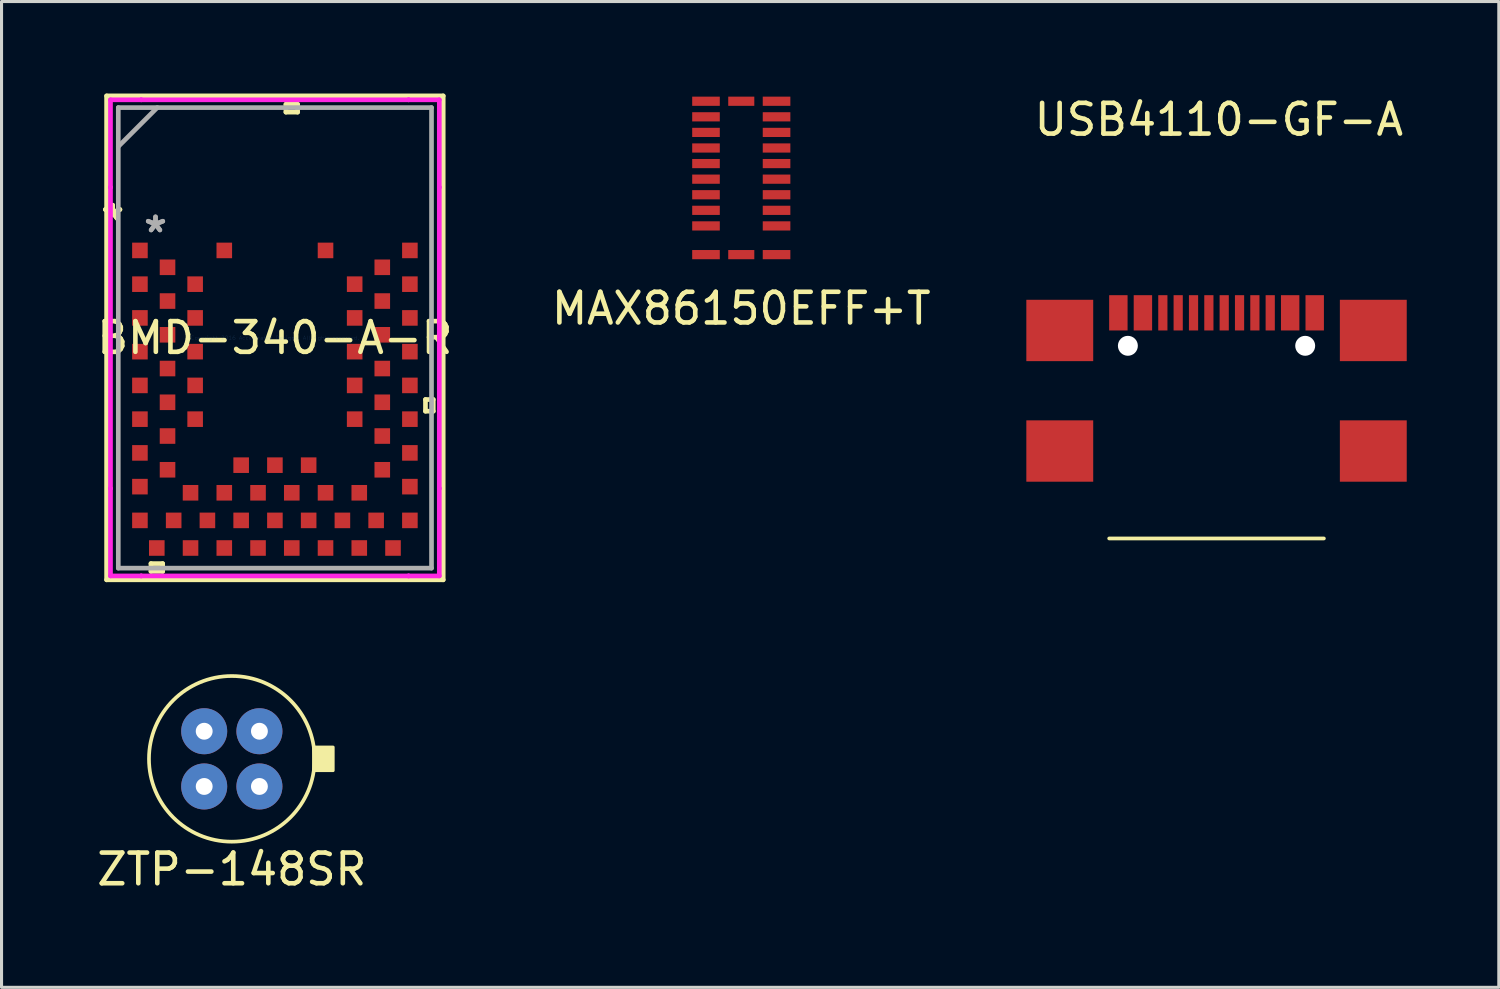
<source format=kicad_pcb>
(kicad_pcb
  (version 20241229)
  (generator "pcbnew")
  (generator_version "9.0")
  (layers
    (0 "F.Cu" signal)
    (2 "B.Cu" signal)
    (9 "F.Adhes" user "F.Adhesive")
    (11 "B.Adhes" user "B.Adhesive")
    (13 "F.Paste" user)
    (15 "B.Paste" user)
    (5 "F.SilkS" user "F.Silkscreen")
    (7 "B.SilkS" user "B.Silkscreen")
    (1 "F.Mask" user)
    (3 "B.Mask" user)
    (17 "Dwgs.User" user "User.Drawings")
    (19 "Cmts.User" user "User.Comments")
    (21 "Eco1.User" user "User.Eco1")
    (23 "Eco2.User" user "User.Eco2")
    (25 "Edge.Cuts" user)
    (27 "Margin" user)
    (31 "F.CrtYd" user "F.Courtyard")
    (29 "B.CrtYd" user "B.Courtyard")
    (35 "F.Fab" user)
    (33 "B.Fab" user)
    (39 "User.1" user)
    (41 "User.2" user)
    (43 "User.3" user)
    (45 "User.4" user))
  (footprint "MAX86150EFF+T"
    (layer "F.Cu")
    (at 21.113 0.25)
    (property "Reference" "MAX86150EFF+T" (at 0 6.756 0) (layer "F.SilkS") (effects (font (size 1 1) (thickness 0.15))))
    (attr through_hole)
    (pad "1" smd rect (at -1.15 0) (size 0.9 0.3) (layers "F.Cu" "F.Mask" "F.Paste"))
    (pad "2" smd rect (at -1.15 0.508) (size 0.9 0.3) (layers "F.Cu" "F.Mask" "F.Paste"))
    (pad "3" smd rect (at -1.15 1.016) (size 0.9 0.3) (layers "F.Cu" "F.Mask" "F.Paste"))
    (pad "4" smd rect (at -1.15 1.524) (size 0.9 0.3) (layers "F.Cu" "F.Mask" "F.Paste"))
    (pad "5" smd rect (at -1.15 2.032) (size 0.9 0.3) (layers "F.Cu" "F.Mask" "F.Paste"))
    (pad "6" smd rect (at -1.15 2.54) (size 0.9 0.3) (layers "F.Cu" "F.Mask" "F.Paste"))
    (pad "7" smd rect (at -1.15 3.048) (size 0.9 0.3) (layers "F.Cu" "F.Mask" "F.Paste"))
    (pad "8" smd rect (at -1.15 3.556) (size 0.9 0.3) (layers "F.Cu" "F.Mask" "F.Paste"))
    (pad "9" smd rect (at -1.15 4.064) (size 0.9 0.3) (layers "F.Cu" "F.Mask" "F.Paste"))
    (pad "10" smd rect (at -1.15 5) (size 0.9 0.3) (layers "F.Cu" "F.Mask" "F.Paste"))
    (pad "11" smd rect (at 0 5) (size 0.85 0.3) (layers "F.Cu" "F.Mask" "F.Paste"))
    (pad "12" smd rect (at 1.15 5) (size 0.9 0.3) (layers "F.Cu" "F.Mask" "F.Paste"))
    (pad "13" smd rect (at 1.15 4.064) (size 0.9 0.3) (layers "F.Cu" "F.Mask" "F.Paste"))
    (pad "14" smd rect (at 1.15 3.556) (size 0.9 0.3) (layers "F.Cu" "F.Mask" "F.Paste"))
    (pad "15" smd rect (at 1.15 3.048) (size 0.9 0.3) (layers "F.Cu" "F.Mask" "F.Paste"))
    (pad "16" smd rect (at 1.15 2.54) (size 0.9 0.3) (layers "F.Cu" "F.Mask" "F.Paste"))
    (pad "17" smd rect (at 1.15 2.032) (size 0.9 0.3) (layers "F.Cu" "F.Mask" "F.Paste"))
    (pad "18" smd rect (at 1.15 1.524) (size 0.9 0.3) (layers "F.Cu" "F.Mask" "F.Paste"))
    (pad "19" smd rect (at 1.15 1.016) (size 0.9 0.3) (layers "F.Cu" "F.Mask" "F.Paste"))
    (pad "20" smd rect (at 1.15 0.508) (size 0.9 0.3) (layers "F.Cu" "F.Mask" "F.Paste"))
    (pad "21" smd rect (at 1.15 0) (size 0.9 0.3) (layers "F.Cu" "F.Mask" "F.Paste"))
    (pad "22" smd rect (at 0 0) (size 0.85 0.3) (layers "F.Cu" "F.Mask" "F.Paste")))
  (footprint "BMD-340-A-R"
    (layer "F.Cu")
    (at 5.911 7.963)
    (property "Reference" "BMD-340-A-R" (at 0 0 0) (layer "F.SilkS") (effects (font (size 1 1) (thickness 0.15))))
    (attr through_hole)
    (fp_line (start -5.486 -7.887) (end -5.486 7.887) (stroke (width 0.152) (type solid)) (layer "F.SilkS"))
    (fp_line (start -5.486 7.887) (end 5.486 7.887) (stroke (width 0.152) (type solid)) (layer "F.SilkS"))
    (fp_line (start -4.04 7.358) (end -4.04 7.612) (stroke (width 0.152) (type solid)) (layer "F.SilkS"))
    (fp_line (start -4.04 7.612) (end -3.659 7.612) (stroke (width 0.152) (type solid)) (layer "F.SilkS"))
    (fp_line (start -3.659 7.358) (end -4.04 7.358) (stroke (width 0.152) (type solid)) (layer "F.SilkS"))
    (fp_line (start -3.659 7.612) (end -3.659 7.358) (stroke (width 0.152) (type solid)) (layer "F.SilkS"))
    (fp_line (start 0.359 -7.612) (end 0.74 -7.612) (stroke (width 0.152) (type solid)) (layer "F.SilkS"))
    (fp_line (start 0.359 -7.358) (end 0.359 -7.612) (stroke (width 0.152) (type solid)) (layer "F.SilkS"))
    (fp_line (start 0.74 -7.612) (end 0.74 -7.358) (stroke (width 0.152) (type solid)) (layer "F.SilkS"))
    (fp_line (start 0.74 -7.358) (end 0.359 -7.358) (stroke (width 0.152) (type solid)) (layer "F.SilkS"))
    (fp_line (start 4.908 2.01) (end 5.162 2.01) (stroke (width 0.152) (type solid)) (layer "F.SilkS"))
    (fp_line (start 4.908 2.391) (end 4.908 2.01) (stroke (width 0.152) (type solid)) (layer "F.SilkS"))
    (fp_line (start 5.162 2.01) (end 5.162 2.391) (stroke (width 0.152) (type solid)) (layer "F.SilkS"))
    (fp_line (start 5.162 2.391) (end 4.908 2.391) (stroke (width 0.152) (type solid)) (layer "F.SilkS"))
    (fp_line (start 5.486 -7.887) (end -5.486 -7.887) (stroke (width 0.152) (type solid)) (layer "F.SilkS"))
    (fp_line (start 5.486 7.887) (end 5.486 -7.887) (stroke (width 0.152) (type solid)) (layer "F.SilkS"))
    (fp_line (start -5.359 -7.76) (end -4.358 -7.76) (stroke (width 0.152) (type solid)) (layer "F.CrtYd"))
    (fp_line (start -5.359 -4.908) (end -5.359 -7.76) (stroke (width 0.152) (type solid)) (layer "F.CrtYd"))
    (fp_line (start -5.359 -4.908) (end -5.359 -4.908) (stroke (width 0.152) (type solid)) (layer "F.CrtYd"))
    (fp_line (start -5.359 4.908) (end -5.359 -4.908) (stroke (width 0.152) (type solid)) (layer "F.CrtYd"))
    (fp_line (start -5.359 4.908) (end -5.359 4.908) (stroke (width 0.152) (type solid)) (layer "F.CrtYd"))
    (fp_line (start -5.359 7.76) (end -5.359 4.908) (stroke (width 0.152) (type solid)) (layer "F.CrtYd"))
    (fp_line (start -4.358 -7.76) (end -4.358 -7.76) (stroke (width 0.152) (type solid)) (layer "F.CrtYd"))
    (fp_line (start -4.358 -7.76) (end 4.358 -7.76) (stroke (width 0.152) (type solid)) (layer "F.CrtYd"))
    (fp_line (start -4.358 7.76) (end -5.359 7.76) (stroke (width 0.152) (type solid)) (layer "F.CrtYd"))
    (fp_line (start -4.358 7.76) (end -4.358 7.76) (stroke (width 0.152) (type solid)) (layer "F.CrtYd"))
    (fp_line (start 4.358 -7.76) (end 4.358 -7.76) (stroke (width 0.152) (type solid)) (layer "F.CrtYd"))
    (fp_line (start 4.358 -7.76) (end 5.359 -7.76) (stroke (width 0.152) (type solid)) (layer "F.CrtYd"))
    (fp_line (start 4.358 7.76) (end -4.358 7.76) (stroke (width 0.152) (type solid)) (layer "F.CrtYd"))
    (fp_line (start 4.358 7.76) (end 4.358 7.76) (stroke (width 0.152) (type solid)) (layer "F.CrtYd"))
    (fp_line (start 5.359 -7.76) (end 5.359 -4.908) (stroke (width 0.152) (type solid)) (layer "F.CrtYd"))
    (fp_line (start 5.359 -4.908) (end 5.359 -4.908) (stroke (width 0.152) (type solid)) (layer "F.CrtYd"))
    (fp_line (start 5.359 -4.908) (end 5.359 4.908) (stroke (width 0.152) (type solid)) (layer "F.CrtYd"))
    (fp_line (start 5.359 4.908) (end 5.359 4.908) (stroke (width 0.152) (type solid)) (layer "F.CrtYd"))
    (fp_line (start 5.359 4.908) (end 5.359 7.76) (stroke (width 0.152) (type solid)) (layer "F.CrtYd"))
    (fp_line (start 5.359 7.76) (end 4.358 7.76) (stroke (width 0.152) (type solid)) (layer "F.CrtYd"))
    (fp_line (start -5.105 -7.506) (end -5.105 7.506) (stroke (width 0.152) (type solid)) (layer "F.Fab"))
    (fp_line (start -5.105 -6.236) (end -3.835 -7.506) (stroke (width 0.152) (type solid)) (layer "F.Fab"))
    (fp_line (start -5.105 7.506) (end 5.105 7.506) (stroke (width 0.152) (type solid)) (layer "F.Fab"))
    (fp_line (start 5.105 -7.506) (end -5.105 -7.506) (stroke (width 0.152) (type solid)) (layer "F.Fab"))
    (fp_line (start 5.105 7.506) (end 5.105 -7.506) (stroke (width 0.152) (type solid)) (layer "F.Fab"))
    (fp_text user "*" (at -5.289 -3.781 0) (layer "F.SilkS") (effects (font (size 1 1) (thickness 0.15))))
    (fp_text user "*" (at -5.289 -3.781 0) (layer "F.SilkS") (effects (font (size 1 1) (thickness 0.15))))
    (fp_text user "Copyright 2016 Accelerated Designs. All rights reserved." (at 0 0 0) (layer "Cmts.User") (effects (font (size 0.127 0.127) (thickness 0.002))))
    (fp_text user "*" (at -3.892 -3.4 0) (layer "F.Fab") (effects (font (size 1 1) (thickness 0.15))))
    (fp_text user "*" (at -3.892 -3.4 0) (layer "F.Fab") (effects (font (size 1 1) (thickness 0.15))))
    (pad "1" smd rect (at -4.4 -2.85 90) (size 0.508 0.508) (layers "F.Cu" "F.Mask" "F.Paste"))
    (pad "2" smd rect (at -3.5 -2.3 90) (size 0.508 0.508) (layers "F.Cu" "F.Mask" "F.Paste"))
    (pad "3" smd rect (at -4.4 -1.75 90) (size 0.508 0.508) (layers "F.Cu" "F.Mask" "F.Paste"))
    (pad "4" smd rect (at -3.5 -1.2 90) (size 0.508 0.508) (layers "F.Cu" "F.Mask" "F.Paste"))
    (pad "5" smd rect (at -4.4 -0.65 90) (size 0.508 0.508) (layers "F.Cu" "F.Mask" "F.Paste"))
    (pad "6" smd rect (at -3.5 -0.1 90) (size 0.508 0.508) (layers "F.Cu" "F.Mask" "F.Paste"))
    (pad "7" smd rect (at -4.4 0.45 90) (size 0.508 0.508) (layers "F.Cu" "F.Mask" "F.Paste"))
    (pad "8" smd rect (at -3.5 1 90) (size 0.508 0.508) (layers "F.Cu" "F.Mask" "F.Paste"))
    (pad "9" smd rect (at -4.4 1.55 90) (size 0.508 0.508) (layers "F.Cu" "F.Mask" "F.Paste"))
    (pad "10" smd rect (at -3.5 2.1 90) (size 0.508 0.508) (layers "F.Cu" "F.Mask" "F.Paste"))
    (pad "11" smd rect (at -4.4 2.65 90) (size 0.508 0.508) (layers "F.Cu" "F.Mask" "F.Paste"))
    (pad "12" smd rect (at -3.5 3.2 90) (size 0.508 0.508) (layers "F.Cu" "F.Mask" "F.Paste"))
    (pad "13" smd rect (at -4.4 3.75 90) (size 0.508 0.508) (layers "F.Cu" "F.Mask" "F.Paste"))
    (pad "14" smd rect (at -3.5 4.3 90) (size 0.508 0.508) (layers "F.Cu" "F.Mask" "F.Paste"))
    (pad "15" smd rect (at -4.4 4.85 90) (size 0.508 0.508) (layers "F.Cu" "F.Mask" "F.Paste"))
    (pad "16" smd rect (at -4.4 5.95 90) (size 0.508 0.508) (layers "F.Cu" "F.Mask" "F.Paste"))
    (pad "17" smd rect (at -3.3 5.95) (size 0.508 0.508) (layers "F.Cu" "F.Mask" "F.Paste"))
    (pad "18" smd rect (at -2.75 5.05) (size 0.508 0.508) (layers "F.Cu" "F.Mask" "F.Paste"))
    (pad "19" smd rect (at -2.2 5.95) (size 0.508 0.508) (layers "F.Cu" "F.Mask" "F.Paste"))
    (pad "20" smd rect (at -1.65 5.05) (size 0.508 0.508) (layers "F.Cu" "F.Mask" "F.Paste"))
    (pad "21" smd rect (at -1.1 5.95) (size 0.508 0.508) (layers "F.Cu" "F.Mask" "F.Paste"))
    (pad "22" smd rect (at -0.55 5.05) (size 0.508 0.508) (layers "F.Cu" "F.Mask" "F.Paste"))
    (pad "23" smd rect (at 0.000001 5.95) (size 0.508 0.508) (layers "F.Cu" "F.Mask" "F.Paste"))
    (pad "24" smd rect (at 0.55 5.05) (size 0.508 0.508) (layers "F.Cu" "F.Mask" "F.Paste"))
    (pad "25" smd rect (at 1.1 5.95) (size 0.508 0.508) (layers "F.Cu" "F.Mask" "F.Paste"))
    (pad "26" smd rect (at 1.65 5.05) (size 0.508 0.508) (layers "F.Cu" "F.Mask" "F.Paste"))
    (pad "27" smd rect (at 2.2 5.95) (size 0.508 0.508) (layers "F.Cu" "F.Mask" "F.Paste"))
    (pad "28" smd rect (at 2.75 5.05) (size 0.508 0.508) (layers "F.Cu" "F.Mask" "F.Paste"))
    (pad "29" smd rect (at 3.3 5.95) (size 0.508 0.508) (layers "F.Cu" "F.Mask" "F.Paste"))
    (pad "30" smd rect (at 4.4 5.95 90) (size 0.508 0.508) (layers "F.Cu" "F.Mask" "F.Paste"))
    (pad "31" smd rect (at 4.4 4.85 90) (size 0.508 0.508) (layers "F.Cu" "F.Mask" "F.Paste"))
    (pad "32" smd rect (at 3.5 4.3 90) (size 0.508 0.508) (layers "F.Cu" "F.Mask" "F.Paste"))
    (pad "33" smd rect (at 4.4 3.75 90) (size 0.508 0.508) (layers "F.Cu" "F.Mask" "F.Paste"))
    (pad "34" smd rect (at 3.5 3.2 90) (size 0.508 0.508) (layers "F.Cu" "F.Mask" "F.Paste"))
    (pad "35" smd rect (at 4.4 2.65 90) (size 0.508 0.508) (layers "F.Cu" "F.Mask" "F.Paste"))
    (pad "36" smd rect (at 3.5 2.1 90) (size 0.508 0.508) (layers "F.Cu" "F.Mask" "F.Paste"))
    (pad "37" smd rect (at 4.4 1.55 90) (size 0.508 0.508) (layers "F.Cu" "F.Mask" "F.Paste"))
    (pad "38" smd rect (at 3.5 1 90) (size 0.508 0.508) (layers "F.Cu" "F.Mask" "F.Paste"))
    (pad "39" smd rect (at 4.4 0.45 90) (size 0.508 0.508) (layers "F.Cu" "F.Mask" "F.Paste"))
    (pad "40" smd rect (at 3.5 -0.1 90) (size 0.508 0.508) (layers "F.Cu" "F.Mask" "F.Paste"))
    (pad "41" smd rect (at 4.4 -0.65 90) (size 0.508 0.508) (layers "F.Cu" "F.Mask" "F.Paste"))
    (pad "42" smd rect (at 3.5 -1.2 90) (size 0.508 0.508) (layers "F.Cu" "F.Mask" "F.Paste"))
    (pad "43" smd rect (at 4.4 -1.75 90) (size 0.508 0.508) (layers "F.Cu" "F.Mask" "F.Paste"))
    (pad "44" smd rect (at 3.5 -2.3 90) (size 0.508 0.508) (layers "F.Cu" "F.Mask" "F.Paste"))
    (pad "45" smd rect (at 4.4 -2.85 90) (size 0.508 0.508) (layers "F.Cu" "F.Mask" "F.Paste"))
    (pad "46" smd rect (at 1.65 -2.85 90) (size 0.508 0.508) (layers "F.Cu" "F.Mask" "F.Paste"))
    (pad "47" smd rect (at -1.65 -2.85 90) (size 0.508 0.508) (layers "F.Cu" "F.Mask" "F.Paste"))
    (pad "48" smd rect (at -2.6 -1.75 90) (size 0.508 0.508) (layers "F.Cu" "F.Mask" "F.Paste"))
    (pad "49" smd rect (at -2.6 -0.65 90) (size 0.508 0.508) (layers "F.Cu" "F.Mask" "F.Paste"))
    (pad "50" smd rect (at -2.6 0.45 90) (size 0.508 0.508) (layers "F.Cu" "F.Mask" "F.Paste"))
    (pad "51" smd rect (at -2.6 1.55 90) (size 0.508 0.508) (layers "F.Cu" "F.Mask" "F.Paste"))
    (pad "52" smd rect (at -2.6 2.65 90) (size 0.508 0.508) (layers "F.Cu" "F.Mask" "F.Paste"))
    (pad "53" smd rect (at -1.1 4.15) (size 0.508 0.508) (layers "F.Cu" "F.Mask" "F.Paste"))
    (pad "54" smd rect (at 0.000001 4.15) (size 0.508 0.508) (layers "F.Cu" "F.Mask" "F.Paste"))
    (pad "55" smd rect (at 1.1 4.15) (size 0.508 0.508) (layers "F.Cu" "F.Mask" "F.Paste"))
    (pad "56" smd rect (at 2.6 2.65 90) (size 0.508 0.508) (layers "F.Cu" "F.Mask" "F.Paste"))
    (pad "57" smd rect (at 2.6 1.55 90) (size 0.508 0.508) (layers "F.Cu" "F.Mask" "F.Paste"))
    (pad "58" smd rect (at 2.6 0.45 90) (size 0.508 0.508) (layers "F.Cu" "F.Mask" "F.Paste"))
    (pad "59" smd rect (at 2.6 -0.65 90) (size 0.508 0.508) (layers "F.Cu" "F.Mask" "F.Paste"))
    (pad "60" smd rect (at 2.6 -1.75 90) (size 0.508 0.508) (layers "F.Cu" "F.Mask" "F.Paste"))
    (pad "61" smd rect (at -3.85 6.85) (size 0.508 0.508) (layers "F.Cu" "F.Mask" "F.Paste"))
    (pad "62" smd rect (at -2.75 6.85) (size 0.508 0.508) (layers "F.Cu" "F.Mask" "F.Paste"))
    (pad "63" smd rect (at -1.65 6.85) (size 0.508 0.508) (layers "F.Cu" "F.Mask" "F.Paste"))
    (pad "64" smd rect (at -0.55 6.85) (size 0.508 0.508) (layers "F.Cu" "F.Mask" "F.Paste"))
    (pad "65" smd rect (at 0.55 6.85) (size 0.508 0.508) (layers "F.Cu" "F.Mask" "F.Paste"))
    (pad "66" smd rect (at 1.65 6.85) (size 0.508 0.508) (layers "F.Cu" "F.Mask" "F.Paste"))
    (pad "67" smd rect (at 2.75 6.85) (size 0.508 0.508) (layers "F.Cu" "F.Mask" "F.Paste"))
    (pad "68" smd rect (at 3.85 6.85) (size 0.508 0.508) (layers "F.Cu" "F.Mask" "F.Paste")))
  (footprint "ZTP-148SR"
    (layer "F.Cu")
    (at 4.506 21.686)
    (property "Reference" "ZTP-148SR" (at 0 3.6 0) (layer "F.SilkS") (effects (font (size 1 1) (thickness 0.15))))
    (attr through_hole)
    (fp_circle (center 0 0) (end 2.7 0) (stroke (width 0.12) (type solid)) (fill no) (layer "F.SilkS"))
    (fp_poly (pts (xy 3.302 0.381) (xy 2.667 0.381) (xy 2.667 -0.381) (xy 3.302 -0.381)) (stroke (width 0.1) (type solid)) (fill yes) (layer "F.SilkS"))
    (pad "1" thru_hole circle (at 0.9 0.9) (size 1.5 1.5) (drill 0.55) (layers "B.Cu" "B.Mask"))
    (pad "2" thru_hole circle (at 0.9 -0.9) (size 1.5 1.5) (drill 0.55) (layers "B.Cu" "B.Mask"))
    (pad "3" thru_hole circle (at -0.9 -0.9) (size 1.5 1.5) (drill 0.55) (layers "B.Cu" "B.Mask"))
    (pad "4" thru_hole circle (at -0.9 0.9) (size 1.5 1.5) (drill 0.55) (layers "B.Cu" "B.Mask")))
  (footprint "USB4110-GF-A"
    (layer "F.Cu")
    (at 36.605 7.147)
    (property "Reference" "USB4110-GF-A" (at 0.076 -6.299 0) (layer "F.SilkS") (effects (font (size 1 1) (thickness 0.15))))
    (attr through_hole)
    (fp_line (start -3.5 7.355) (end 3.5 7.355) (stroke (width 0.12) (type solid)) (layer "F.SilkS"))
    (pad "" np_thru_hole circle (at -2.89 1.075) (size 0.65 0.65) (drill 0.65) (layers "*.Cu" "*.Mask"))
    (pad "" np_thru_hole circle (at 2.89 1.075) (size 0.65 0.65) (drill 0.65) (layers "*.Cu" "*.Mask"))
    (pad "1" smd rect (at -5.11 0.575) (size 2.18 2) (layers "F.Cu" "F.Mask" "F.Paste"))
    (pad "1" smd rect (at -5.11 4.505) (size 2.18 2) (layers "F.Cu" "F.Mask" "F.Paste"))
    (pad "1" smd rect (at -3.2 0) (size 0.6 1.15) (layers "F.Cu" "F.Mask" "F.Paste"))
    (pad "1" smd rect (at 5.11 0.575) (size 2.18 2) (layers "F.Cu" "F.Mask" "F.Paste"))
    (pad "1" smd rect (at 5.11 4.505) (size 2.18 2) (layers "F.Cu" "F.Mask" "F.Paste"))
    (pad "2" smd rect (at -2.4 0) (size 0.6 1.15) (layers "F.Cu" "F.Mask" "F.Paste"))
    (pad "3" smd rect (at -1.75 0) (size 0.3 1.15) (layers "F.Cu" "F.Mask" "F.Paste"))
    (pad "4" smd rect (at -1.25 0) (size 0.3 1.15) (layers "F.Cu" "F.Mask" "F.Paste"))
    (pad "5" smd rect (at -0.75 0) (size 0.3 1.15) (layers "F.Cu" "F.Mask" "F.Paste"))
    (pad "6" smd rect (at -0.25 0) (size 0.3 1.15) (layers "F.Cu" "F.Mask" "F.Paste"))
    (pad "7" smd rect (at 0.25 0) (size 0.3 1.15) (layers "F.Cu" "F.Mask" "F.Paste"))
    (pad "8" smd rect (at 0.75 0) (size 0.3 1.15) (layers "F.Cu" "F.Mask" "F.Paste"))
    (pad "9" smd rect (at 1.25 0) (size 0.3 1.15) (layers "F.Cu" "F.Mask" "F.Paste"))
    (pad "10" smd rect (at 1.75 0) (size 0.3 1.15) (layers "F.Cu" "F.Mask" "F.Paste"))
    (pad "11" smd rect (at 2.4 0) (size 0.6 1.15) (layers "F.Cu" "F.Mask" "F.Paste"))
    (pad "12" smd rect (at 3.2 0) (size 0.6 1.15) (layers "F.Cu" "F.Mask" "F.Paste")))
  (gr_rect
    (start -3 -3)
    (end 45.806 29.134)
    (stroke (width 0.1) (type default))
    (fill no)
    (layer "Edge.Cuts")))
</source>
